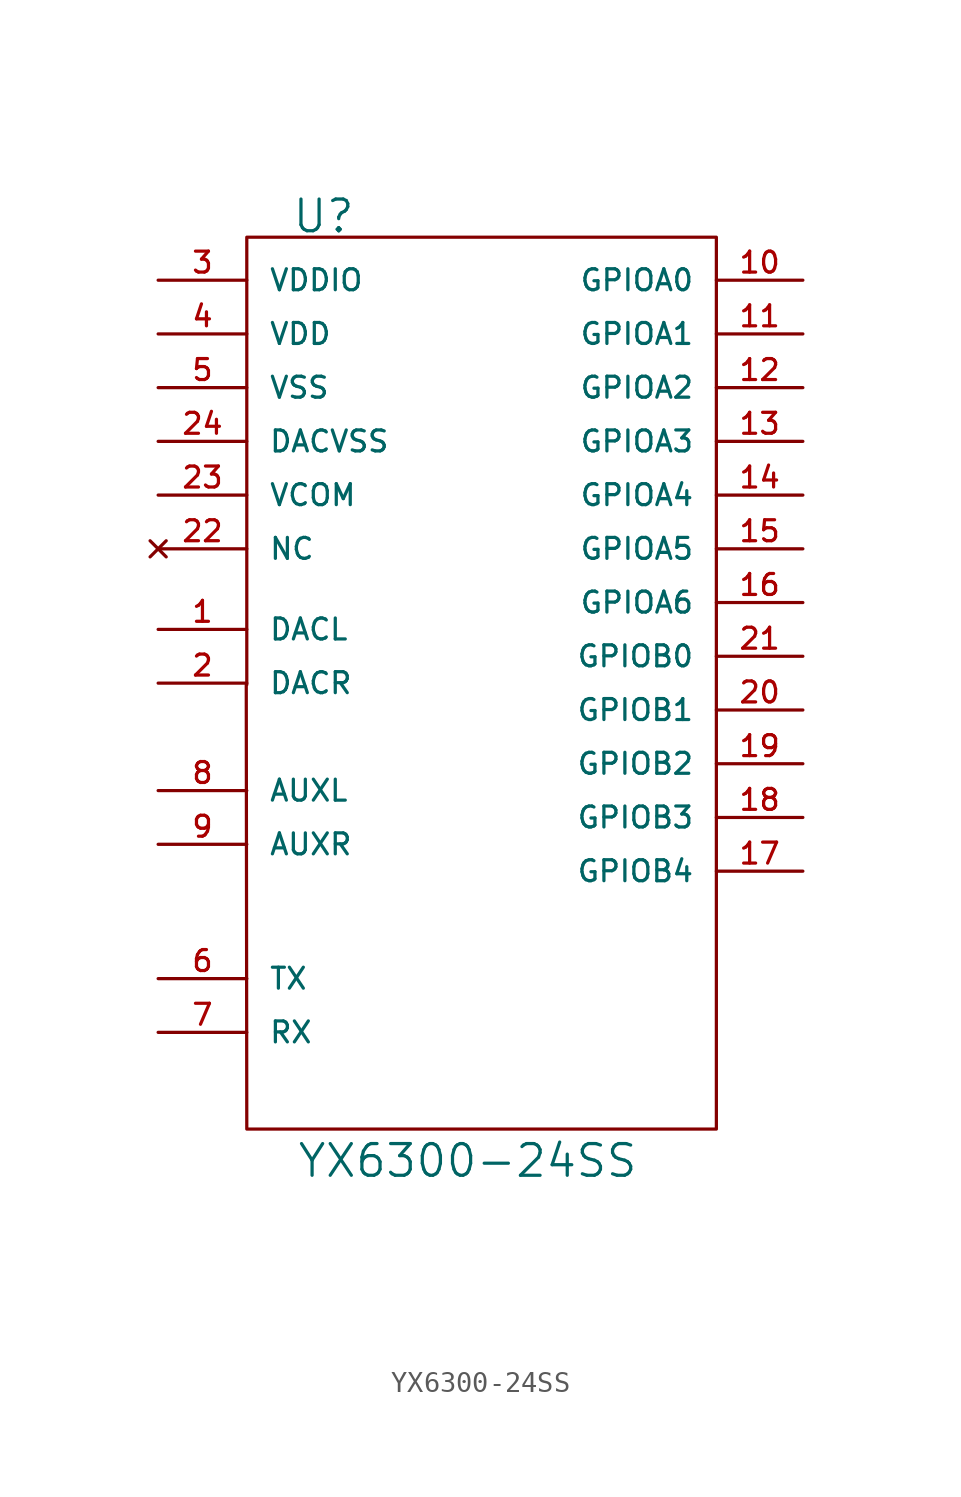
<source format=kicad_sym>
(kicad_symbol_lib
  (version 20220914)
  (generator kicad_symbol_editor)
  (symbol "YX6300-24SS"
    (pin_names
      (offset 1.016))
    (property "Reference" "U"
      (at -7.417 22.073 0)
      (effects (font (size 1.499 1.499))))
    (property "Value" "YX6300-24SS"
      (at -0.61 -22.581 0)
      (effects (font (size 1.499 1.499))))
    (property "Footprint" ""
      (at -2.819 -26.797 0)
      (effects (font (size 1.524 1.524))))
    (property "Datasheet" ""
      (at -2.819 -26.797 0)
      (effects (font (size 1.524 1.524))))
    (symbol "YX6300-24SS_0_1"
      (polyline (pts (xy -11.049 -0.076) (xy -11.049 21.082) (xy 11.151 21.082) (xy 11.151 -21.082) (xy -11.049 -21.082) (xy -11.074 -0.076)) (stroke (width 0) (type solid)) (fill (type none))))
    (symbol "YX6300-24SS_1_1"
      (pin output line (at -15.24 2.54 0) (length 4.191) (name "DACL" (effects (font (size 0.991 0.991)))) (number "1" (effects (font (size 0.991 0.991)))))
      (pin bidirectional line (at 15.24 19.05 180) (length 4.089) (name "GPIOA0" (effects (font (size 0.991 0.991)))) (number "10" (effects (font (size 0.991 0.991)))))
      (pin bidirectional line (at 15.24 16.51 180) (length 4.089) (name "GPIOA1" (effects (font (size 0.991 0.991)))) (number "11" (effects (font (size 0.991 0.991)))))
      (pin bidirectional line (at 15.24 13.97 180) (length 4.089) (name "GPIOA2" (effects (font (size 0.991 0.991)))) (number "12" (effects (font (size 0.991 0.991)))))
      (pin bidirectional line (at 15.24 11.43 180) (length 4.089) (name "GPIOA3" (effects (font (size 0.991 0.991)))) (number "13" (effects (font (size 0.991 0.991)))))
      (pin bidirectional line (at 15.24 8.89 180) (length 4.089) (name "GPIOA4" (effects (font (size 0.991 0.991)))) (number "14" (effects (font (size 0.991 0.991)))))
      (pin bidirectional line (at 15.24 6.35 180) (length 4.089) (name "GPIOA5" (effects (font (size 0.991 0.991)))) (number "15" (effects (font (size 0.991 0.991)))))
      (pin bidirectional line (at 15.24 3.81 180) (length 4.089) (name "GPIOA6" (effects (font (size 0.991 0.991)))) (number "16" (effects (font (size 0.991 0.991)))))
      (pin bidirectional line (at 15.24 -8.89 180) (length 4.089) (name "GPIOB4" (effects (font (size 0.991 0.991)))) (number "17" (effects (font (size 0.991 0.991)))))
      (pin bidirectional line (at 15.24 -6.35 180) (length 4.089) (name "GPIOB3" (effects (font (size 0.991 0.991)))) (number "18" (effects (font (size 0.991 0.991)))))
      (pin bidirectional line (at 15.24 -3.81 180) (length 4.089) (name "GPIOB2" (effects (font (size 0.991 0.991)))) (number "19" (effects (font (size 0.991 0.991)))))
      (pin output line (at -15.24 0 0) (length 4.191) (name "DACR" (effects (font (size 0.991 0.991)))) (number "2" (effects (font (size 0.991 0.991)))))
      (pin bidirectional line (at 15.24 -1.27 180) (length 4.089) (name "GPIOB1" (effects (font (size 0.991 0.991)))) (number "20" (effects (font (size 0.991 0.991)))))
      (pin bidirectional line (at 15.24 1.27 180) (length 4.089) (name "GPIOB0" (effects (font (size 0.991 0.991)))) (number "21" (effects (font (size 0.991 0.991)))))
      (pin no_connect line (at -15.24 6.35 0) (length 4.191) (name "NC" (effects (font (size 0.991 0.991)))) (number "22" (effects (font (size 0.991 0.991)))))
      (pin power_in line (at -15.24 8.89 0) (length 4.191) (name "VCOM" (effects (font (size 0.991 0.991)))) (number "23" (effects (font (size 0.991 0.991)))))
      (pin power_in line (at -15.24 11.43 0) (length 4.191) (name "DACVSS" (effects (font (size 0.991 0.991)))) (number "24" (effects (font (size 0.991 0.991)))))
      (pin power_out line (at -15.24 19.05 0) (length 4.191) (name "VDDIO" (effects (font (size 0.991 0.991)))) (number "3" (effects (font (size 0.991 0.991)))))
      (pin power_in line (at -15.24 16.51 0) (length 4.191) (name "VDD" (effects (font (size 0.991 0.991)))) (number "4" (effects (font (size 0.991 0.991)))))
      (pin power_in line (at -15.24 13.97 0) (length 4.191) (name "VSS" (effects (font (size 0.991 0.991)))) (number "5" (effects (font (size 0.991 0.991)))))
      (pin output line (at -15.24 -13.97 0) (length 4.191) (name "TX" (effects (font (size 0.991 0.991)))) (number "6" (effects (font (size 0.991 0.991)))))
      (pin input line (at -15.24 -16.51 0) (length 4.191) (name "RX" (effects (font (size 0.991 0.991)))) (number "7" (effects (font (size 0.991 0.991)))))
      (pin output line (at -15.24 -5.08 0) (length 4.191) (name "AUXL" (effects (font (size 0.991 0.991)))) (number "8" (effects (font (size 0.991 0.991)))))
      (pin input line (at -15.24 -7.62 0) (length 4.191) (name "AUXR" (effects (font (size 0.991 0.991)))) (number "9" (effects (font (size 0.991 0.991))))))))
</source>
